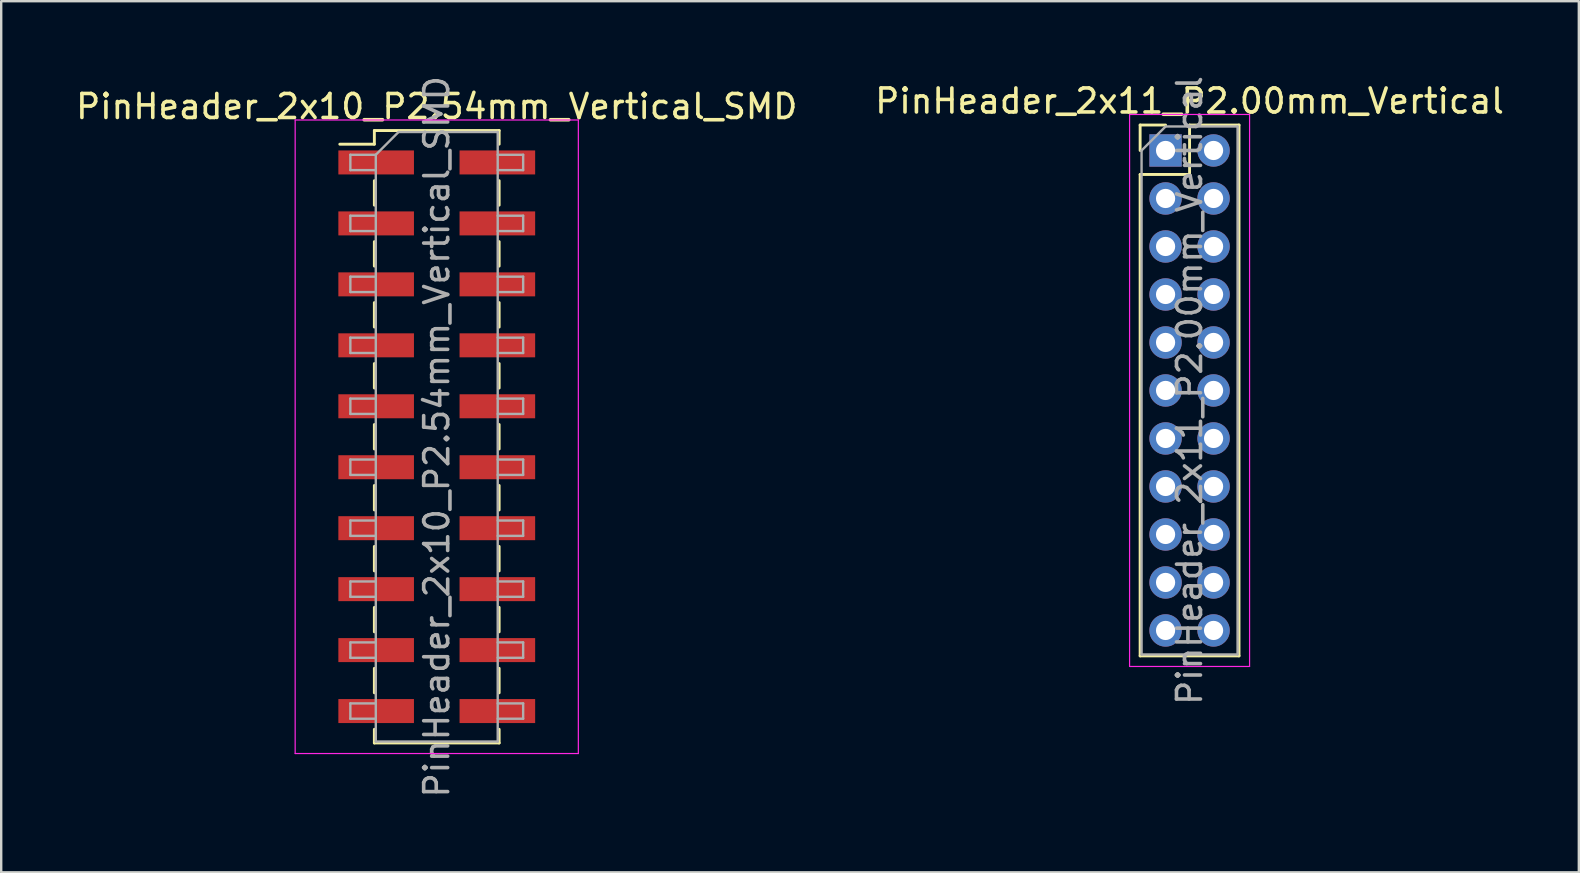
<source format=kicad_pcb>
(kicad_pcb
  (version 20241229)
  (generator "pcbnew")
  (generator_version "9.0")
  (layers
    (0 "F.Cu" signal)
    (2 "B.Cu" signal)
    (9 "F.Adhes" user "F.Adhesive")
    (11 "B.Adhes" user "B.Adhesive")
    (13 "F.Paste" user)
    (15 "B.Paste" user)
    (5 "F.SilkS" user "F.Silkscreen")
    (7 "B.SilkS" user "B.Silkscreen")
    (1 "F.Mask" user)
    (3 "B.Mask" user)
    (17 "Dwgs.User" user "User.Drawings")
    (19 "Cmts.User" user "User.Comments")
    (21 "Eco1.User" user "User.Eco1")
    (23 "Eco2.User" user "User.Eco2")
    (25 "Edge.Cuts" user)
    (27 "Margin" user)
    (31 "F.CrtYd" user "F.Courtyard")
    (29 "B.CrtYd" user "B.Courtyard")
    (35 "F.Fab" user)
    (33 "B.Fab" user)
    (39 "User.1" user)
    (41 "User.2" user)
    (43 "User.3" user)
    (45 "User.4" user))
  (footprint "PinHeader_2x10_P2.54mm_Vertical_SMD"
    (layer "F.Cu")
    (at 15.149 15.149)
    (property "Reference" "PinHeader_2x10_P2.54mm_Vertical_SMD" (at 0 -13.76 0) (layer "F.SilkS") (effects (font (size 1 1) (thickness 0.15))))
    (attr smd)
    (fp_line (start -4.04 -12.19) (end -2.6 -12.19) (stroke (width 0.12) (type solid)) (layer "F.SilkS"))
    (fp_line (start -2.6 -12.76) (end -2.6 -12.19) (stroke (width 0.12) (type solid)) (layer "F.SilkS"))
    (fp_line (start -2.6 -12.76) (end 2.6 -12.76) (stroke (width 0.12) (type solid)) (layer "F.SilkS"))
    (fp_line (start -2.6 -10.67) (end -2.6 -9.65) (stroke (width 0.12) (type solid)) (layer "F.SilkS"))
    (fp_line (start -2.6 -8.13) (end -2.6 -7.11) (stroke (width 0.12) (type solid)) (layer "F.SilkS"))
    (fp_line (start -2.6 -5.59) (end -2.6 -4.57) (stroke (width 0.12) (type solid)) (layer "F.SilkS"))
    (fp_line (start -2.6 -3.05) (end -2.6 -2.03) (stroke (width 0.12) (type solid)) (layer "F.SilkS"))
    (fp_line (start -2.6 -0.51) (end -2.6 0.51) (stroke (width 0.12) (type solid)) (layer "F.SilkS"))
    (fp_line (start -2.6 2.03) (end -2.6 3.05) (stroke (width 0.12) (type solid)) (layer "F.SilkS"))
    (fp_line (start -2.6 4.57) (end -2.6 5.59) (stroke (width 0.12) (type solid)) (layer "F.SilkS"))
    (fp_line (start -2.6 7.11) (end -2.6 8.13) (stroke (width 0.12) (type solid)) (layer "F.SilkS"))
    (fp_line (start -2.6 9.65) (end -2.6 10.67) (stroke (width 0.12) (type solid)) (layer "F.SilkS"))
    (fp_line (start -2.6 12.19) (end -2.6 12.76) (stroke (width 0.12) (type solid)) (layer "F.SilkS"))
    (fp_line (start -2.6 12.76) (end 2.6 12.76) (stroke (width 0.12) (type solid)) (layer "F.SilkS"))
    (fp_line (start 2.6 -12.76) (end 2.6 -12.19) (stroke (width 0.12) (type solid)) (layer "F.SilkS"))
    (fp_line (start 2.6 -10.67) (end 2.6 -9.65) (stroke (width 0.12) (type solid)) (layer "F.SilkS"))
    (fp_line (start 2.6 -8.13) (end 2.6 -7.11) (stroke (width 0.12) (type solid)) (layer "F.SilkS"))
    (fp_line (start 2.6 -5.59) (end 2.6 -4.57) (stroke (width 0.12) (type solid)) (layer "F.SilkS"))
    (fp_line (start 2.6 -3.05) (end 2.6 -2.03) (stroke (width 0.12) (type solid)) (layer "F.SilkS"))
    (fp_line (start 2.6 -0.51) (end 2.6 0.51) (stroke (width 0.12) (type solid)) (layer "F.SilkS"))
    (fp_line (start 2.6 2.03) (end 2.6 3.05) (stroke (width 0.12) (type solid)) (layer "F.SilkS"))
    (fp_line (start 2.6 4.57) (end 2.6 5.59) (stroke (width 0.12) (type solid)) (layer "F.SilkS"))
    (fp_line (start 2.6 7.11) (end 2.6 8.13) (stroke (width 0.12) (type solid)) (layer "F.SilkS"))
    (fp_line (start 2.6 9.65) (end 2.6 10.67) (stroke (width 0.12) (type solid)) (layer "F.SilkS"))
    (fp_line (start 2.6 12.19) (end 2.6 12.76) (stroke (width 0.12) (type solid)) (layer "F.SilkS"))
    (fp_line (start -5.9 -13.2) (end -5.9 13.2) (stroke (width 0.05) (type solid)) (layer "F.CrtYd"))
    (fp_line (start -5.9 13.2) (end 5.9 13.2) (stroke (width 0.05) (type solid)) (layer "F.CrtYd"))
    (fp_line (start 5.9 -13.2) (end -5.9 -13.2) (stroke (width 0.05) (type solid)) (layer "F.CrtYd"))
    (fp_line (start 5.9 13.2) (end 5.9 -13.2) (stroke (width 0.05) (type solid)) (layer "F.CrtYd"))
    (fp_line (start -3.6 -11.75) (end -3.6 -11.11) (stroke (width 0.1) (type solid)) (layer "F.Fab"))
    (fp_line (start -3.6 -11.11) (end -2.54 -11.11) (stroke (width 0.1) (type solid)) (layer "F.Fab"))
    (fp_line (start -3.6 -9.21) (end -3.6 -8.57) (stroke (width 0.1) (type solid)) (layer "F.Fab"))
    (fp_line (start -3.6 -8.57) (end -2.54 -8.57) (stroke (width 0.1) (type solid)) (layer "F.Fab"))
    (fp_line (start -3.6 -6.67) (end -3.6 -6.03) (stroke (width 0.1) (type solid)) (layer "F.Fab"))
    (fp_line (start -3.6 -6.03) (end -2.54 -6.03) (stroke (width 0.1) (type solid)) (layer "F.Fab"))
    (fp_line (start -3.6 -4.13) (end -3.6 -3.49) (stroke (width 0.1) (type solid)) (layer "F.Fab"))
    (fp_line (start -3.6 -3.49) (end -2.54 -3.49) (stroke (width 0.1) (type solid)) (layer "F.Fab"))
    (fp_line (start -3.6 -1.59) (end -3.6 -0.95) (stroke (width 0.1) (type solid)) (layer "F.Fab"))
    (fp_line (start -3.6 -0.95) (end -2.54 -0.95) (stroke (width 0.1) (type solid)) (layer "F.Fab"))
    (fp_line (start -3.6 0.95) (end -3.6 1.59) (stroke (width 0.1) (type solid)) (layer "F.Fab"))
    (fp_line (start -3.6 1.59) (end -2.54 1.59) (stroke (width 0.1) (type solid)) (layer "F.Fab"))
    (fp_line (start -3.6 3.49) (end -3.6 4.13) (stroke (width 0.1) (type solid)) (layer "F.Fab"))
    (fp_line (start -3.6 4.13) (end -2.54 4.13) (stroke (width 0.1) (type solid)) (layer "F.Fab"))
    (fp_line (start -3.6 6.03) (end -3.6 6.67) (stroke (width 0.1) (type solid)) (layer "F.Fab"))
    (fp_line (start -3.6 6.67) (end -2.54 6.67) (stroke (width 0.1) (type solid)) (layer "F.Fab"))
    (fp_line (start -3.6 8.57) (end -3.6 9.21) (stroke (width 0.1) (type solid)) (layer "F.Fab"))
    (fp_line (start -3.6 9.21) (end -2.54 9.21) (stroke (width 0.1) (type solid)) (layer "F.Fab"))
    (fp_line (start -3.6 11.11) (end -3.6 11.75) (stroke (width 0.1) (type solid)) (layer "F.Fab"))
    (fp_line (start -3.6 11.75) (end -2.54 11.75) (stroke (width 0.1) (type solid)) (layer "F.Fab"))
    (fp_line (start -2.54 -11.75) (end -3.6 -11.75) (stroke (width 0.1) (type solid)) (layer "F.Fab"))
    (fp_line (start -2.54 -11.75) (end -1.59 -12.7) (stroke (width 0.1) (type solid)) (layer "F.Fab"))
    (fp_line (start -2.54 -9.21) (end -3.6 -9.21) (stroke (width 0.1) (type solid)) (layer "F.Fab"))
    (fp_line (start -2.54 -6.67) (end -3.6 -6.67) (stroke (width 0.1) (type solid)) (layer "F.Fab"))
    (fp_line (start -2.54 -4.13) (end -3.6 -4.13) (stroke (width 0.1) (type solid)) (layer "F.Fab"))
    (fp_line (start -2.54 -1.59) (end -3.6 -1.59) (stroke (width 0.1) (type solid)) (layer "F.Fab"))
    (fp_line (start -2.54 0.95) (end -3.6 0.95) (stroke (width 0.1) (type solid)) (layer "F.Fab"))
    (fp_line (start -2.54 3.49) (end -3.6 3.49) (stroke (width 0.1) (type solid)) (layer "F.Fab"))
    (fp_line (start -2.54 6.03) (end -3.6 6.03) (stroke (width 0.1) (type solid)) (layer "F.Fab"))
    (fp_line (start -2.54 8.57) (end -3.6 8.57) (stroke (width 0.1) (type solid)) (layer "F.Fab"))
    (fp_line (start -2.54 11.11) (end -3.6 11.11) (stroke (width 0.1) (type solid)) (layer "F.Fab"))
    (fp_line (start -2.54 12.7) (end -2.54 -11.75) (stroke (width 0.1) (type solid)) (layer "F.Fab"))
    (fp_line (start -1.59 -12.7) (end 2.54 -12.7) (stroke (width 0.1) (type solid)) (layer "F.Fab"))
    (fp_line (start 2.54 -12.7) (end 2.54 12.7) (stroke (width 0.1) (type solid)) (layer "F.Fab"))
    (fp_line (start 2.54 -11.75) (end 3.6 -11.75) (stroke (width 0.1) (type solid)) (layer "F.Fab"))
    (fp_line (start 2.54 -9.21) (end 3.6 -9.21) (stroke (width 0.1) (type solid)) (layer "F.Fab"))
    (fp_line (start 2.54 -6.67) (end 3.6 -6.67) (stroke (width 0.1) (type solid)) (layer "F.Fab"))
    (fp_line (start 2.54 -4.13) (end 3.6 -4.13) (stroke (width 0.1) (type solid)) (layer "F.Fab"))
    (fp_line (start 2.54 -1.59) (end 3.6 -1.59) (stroke (width 0.1) (type solid)) (layer "F.Fab"))
    (fp_line (start 2.54 0.95) (end 3.6 0.95) (stroke (width 0.1) (type solid)) (layer "F.Fab"))
    (fp_line (start 2.54 3.49) (end 3.6 3.49) (stroke (width 0.1) (type solid)) (layer "F.Fab"))
    (fp_line (start 2.54 6.03) (end 3.6 6.03) (stroke (width 0.1) (type solid)) (layer "F.Fab"))
    (fp_line (start 2.54 8.57) (end 3.6 8.57) (stroke (width 0.1) (type solid)) (layer "F.Fab"))
    (fp_line (start 2.54 11.11) (end 3.6 11.11) (stroke (width 0.1) (type solid)) (layer "F.Fab"))
    (fp_line (start 2.54 12.7) (end -2.54 12.7) (stroke (width 0.1) (type solid)) (layer "F.Fab"))
    (fp_line (start 3.6 -11.75) (end 3.6 -11.11) (stroke (width 0.1) (type solid)) (layer "F.Fab"))
    (fp_line (start 3.6 -11.11) (end 2.54 -11.11) (stroke (width 0.1) (type solid)) (layer "F.Fab"))
    (fp_line (start 3.6 -9.21) (end 3.6 -8.57) (stroke (width 0.1) (type solid)) (layer "F.Fab"))
    (fp_line (start 3.6 -8.57) (end 2.54 -8.57) (stroke (width 0.1) (type solid)) (layer "F.Fab"))
    (fp_line (start 3.6 -6.67) (end 3.6 -6.03) (stroke (width 0.1) (type solid)) (layer "F.Fab"))
    (fp_line (start 3.6 -6.03) (end 2.54 -6.03) (stroke (width 0.1) (type solid)) (layer "F.Fab"))
    (fp_line (start 3.6 -4.13) (end 3.6 -3.49) (stroke (width 0.1) (type solid)) (layer "F.Fab"))
    (fp_line (start 3.6 -3.49) (end 2.54 -3.49) (stroke (width 0.1) (type solid)) (layer "F.Fab"))
    (fp_line (start 3.6 -1.59) (end 3.6 -0.95) (stroke (width 0.1) (type solid)) (layer "F.Fab"))
    (fp_line (start 3.6 -0.95) (end 2.54 -0.95) (stroke (width 0.1) (type solid)) (layer "F.Fab"))
    (fp_line (start 3.6 0.95) (end 3.6 1.59) (stroke (width 0.1) (type solid)) (layer "F.Fab"))
    (fp_line (start 3.6 1.59) (end 2.54 1.59) (stroke (width 0.1) (type solid)) (layer "F.Fab"))
    (fp_line (start 3.6 3.49) (end 3.6 4.13) (stroke (width 0.1) (type solid)) (layer "F.Fab"))
    (fp_line (start 3.6 4.13) (end 2.54 4.13) (stroke (width 0.1) (type solid)) (layer "F.Fab"))
    (fp_line (start 3.6 6.03) (end 3.6 6.67) (stroke (width 0.1) (type solid)) (layer "F.Fab"))
    (fp_line (start 3.6 6.67) (end 2.54 6.67) (stroke (width 0.1) (type solid)) (layer "F.Fab"))
    (fp_line (start 3.6 8.57) (end 3.6 9.21) (stroke (width 0.1) (type solid)) (layer "F.Fab"))
    (fp_line (start 3.6 9.21) (end 2.54 9.21) (stroke (width 0.1) (type solid)) (layer "F.Fab"))
    (fp_line (start 3.6 11.11) (end 3.6 11.75) (stroke (width 0.1) (type solid)) (layer "F.Fab"))
    (fp_line (start 3.6 11.75) (end 2.54 11.75) (stroke (width 0.1) (type solid)) (layer "F.Fab"))
    (fp_text user "${REFERENCE}" (at 0 0 90) (layer "F.Fab") (effects (font (size 1 1) (thickness 0.15))))
    (pad "1" smd rect (at -2.525 -11.43) (size 3.15 1) (layers "F.Cu" "F.Mask" "F.Paste"))
    (pad "2" smd rect (at 2.525 -11.43) (size 3.15 1) (layers "F.Cu" "F.Mask" "F.Paste"))
    (pad "3" smd rect (at -2.525 -8.89) (size 3.15 1) (layers "F.Cu" "F.Mask" "F.Paste"))
    (pad "4" smd rect (at 2.525 -8.89) (size 3.15 1) (layers "F.Cu" "F.Mask" "F.Paste"))
    (pad "5" smd rect (at -2.525 -6.35) (size 3.15 1) (layers "F.Cu" "F.Mask" "F.Paste"))
    (pad "6" smd rect (at 2.525 -6.35) (size 3.15 1) (layers "F.Cu" "F.Mask" "F.Paste"))
    (pad "7" smd rect (at -2.525 -3.81) (size 3.15 1) (layers "F.Cu" "F.Mask" "F.Paste"))
    (pad "8" smd rect (at 2.525 -3.81) (size 3.15 1) (layers "F.Cu" "F.Mask" "F.Paste"))
    (pad "9" smd rect (at -2.525 -1.27) (size 3.15 1) (layers "F.Cu" "F.Mask" "F.Paste"))
    (pad "10" smd rect (at 2.525 -1.27) (size 3.15 1) (layers "F.Cu" "F.Mask" "F.Paste"))
    (pad "11" smd rect (at -2.525 1.27) (size 3.15 1) (layers "F.Cu" "F.Mask" "F.Paste"))
    (pad "12" smd rect (at 2.525 1.27) (size 3.15 1) (layers "F.Cu" "F.Mask" "F.Paste"))
    (pad "13" smd rect (at -2.525 3.81) (size 3.15 1) (layers "F.Cu" "F.Mask" "F.Paste"))
    (pad "14" smd rect (at 2.525 3.81) (size 3.15 1) (layers "F.Cu" "F.Mask" "F.Paste"))
    (pad "15" smd rect (at -2.525 6.35) (size 3.15 1) (layers "F.Cu" "F.Mask" "F.Paste"))
    (pad "16" smd rect (at 2.525 6.35) (size 3.15 1) (layers "F.Cu" "F.Mask" "F.Paste"))
    (pad "17" smd rect (at -2.525 8.89) (size 3.15 1) (layers "F.Cu" "F.Mask" "F.Paste"))
    (pad "18" smd rect (at 2.525 8.89) (size 3.15 1) (layers "F.Cu" "F.Mask" "F.Paste"))
    (pad "19" smd rect (at -2.525 11.43) (size 3.15 1) (layers "F.Cu" "F.Mask" "F.Paste"))
    (pad "20" smd rect (at 2.525 11.43) (size 3.15 1) (layers "F.Cu" "F.Mask" "F.Paste")))
  (footprint "PinHeader_2x11_P2.00mm_Vertical"
    (layer "F.Cu")
    (at 45.518 3.22)
    (property "Reference" "PinHeader_2x11_P2.00mm_Vertical" (at 1 -2.06 0) (layer "F.SilkS") (effects (font (size 1 1) (thickness 0.15))))
    (attr through_hole)
    (fp_line (start -1.06 -1.06) (end 0 -1.06) (stroke (width 0.12) (type solid)) (layer "F.SilkS"))
    (fp_line (start -1.06 0) (end -1.06 -1.06) (stroke (width 0.12) (type solid)) (layer "F.SilkS"))
    (fp_line (start -1.06 1) (end -1.06 21.06) (stroke (width 0.12) (type solid)) (layer "F.SilkS"))
    (fp_line (start -1.06 1) (end 1 1) (stroke (width 0.12) (type solid)) (layer "F.SilkS"))
    (fp_line (start -1.06 21.06) (end 3.06 21.06) (stroke (width 0.12) (type solid)) (layer "F.SilkS"))
    (fp_line (start 1 -1.06) (end 3.06 -1.06) (stroke (width 0.12) (type solid)) (layer "F.SilkS"))
    (fp_line (start 1 1) (end 1 -1.06) (stroke (width 0.12) (type solid)) (layer "F.SilkS"))
    (fp_line (start 3.06 -1.06) (end 3.06 21.06) (stroke (width 0.12) (type solid)) (layer "F.SilkS"))
    (fp_line (start -1.5 -1.5) (end -1.5 21.5) (stroke (width 0.05) (type solid)) (layer "F.CrtYd"))
    (fp_line (start -1.5 21.5) (end 3.5 21.5) (stroke (width 0.05) (type solid)) (layer "F.CrtYd"))
    (fp_line (start 3.5 -1.5) (end -1.5 -1.5) (stroke (width 0.05) (type solid)) (layer "F.CrtYd"))
    (fp_line (start 3.5 21.5) (end 3.5 -1.5) (stroke (width 0.05) (type solid)) (layer "F.CrtYd"))
    (fp_line (start -1 0) (end 0 -1) (stroke (width 0.1) (type solid)) (layer "F.Fab"))
    (fp_line (start -1 21) (end -1 0) (stroke (width 0.1) (type solid)) (layer "F.Fab"))
    (fp_line (start 0 -1) (end 3 -1) (stroke (width 0.1) (type solid)) (layer "F.Fab"))
    (fp_line (start 3 -1) (end 3 21) (stroke (width 0.1) (type solid)) (layer "F.Fab"))
    (fp_line (start 3 21) (end -1 21) (stroke (width 0.1) (type solid)) (layer "F.Fab"))
    (fp_text user "${REFERENCE}" (at 1 10 90) (layer "F.Fab") (effects (font (size 1 1) (thickness 0.15))))
    (pad "1" thru_hole rect (at 0 0) (size 1.35 1.35) (drill 0.8) (layers "*.Cu" "*.Mask"))
    (pad "2" thru_hole oval (at 2 0) (size 1.35 1.35) (drill 0.8) (layers "*.Cu" "*.Mask"))
    (pad "3" thru_hole oval (at 0 2) (size 1.35 1.35) (drill 0.8) (layers "*.Cu" "*.Mask"))
    (pad "4" thru_hole oval (at 2 2) (size 1.35 1.35) (drill 0.8) (layers "*.Cu" "*.Mask"))
    (pad "5" thru_hole oval (at 0 4) (size 1.35 1.35) (drill 0.8) (layers "*.Cu" "*.Mask"))
    (pad "6" thru_hole oval (at 2 4) (size 1.35 1.35) (drill 0.8) (layers "*.Cu" "*.Mask"))
    (pad "7" thru_hole oval (at 0 6) (size 1.35 1.35) (drill 0.8) (layers "*.Cu" "*.Mask"))
    (pad "8" thru_hole oval (at 2 6) (size 1.35 1.35) (drill 0.8) (layers "*.Cu" "*.Mask"))
    (pad "9" thru_hole oval (at 0 8) (size 1.35 1.35) (drill 0.8) (layers "*.Cu" "*.Mask"))
    (pad "10" thru_hole oval (at 2 8) (size 1.35 1.35) (drill 0.8) (layers "*.Cu" "*.Mask"))
    (pad "11" thru_hole oval (at 0 10) (size 1.35 1.35) (drill 0.8) (layers "*.Cu" "*.Mask"))
    (pad "12" thru_hole oval (at 2 10) (size 1.35 1.35) (drill 0.8) (layers "*.Cu" "*.Mask"))
    (pad "13" thru_hole oval (at 0 12) (size 1.35 1.35) (drill 0.8) (layers "*.Cu" "*.Mask"))
    (pad "14" thru_hole oval (at 2 12) (size 1.35 1.35) (drill 0.8) (layers "*.Cu" "*.Mask"))
    (pad "15" thru_hole oval (at 0 14) (size 1.35 1.35) (drill 0.8) (layers "*.Cu" "*.Mask"))
    (pad "16" thru_hole oval (at 2 14) (size 1.35 1.35) (drill 0.8) (layers "*.Cu" "*.Mask"))
    (pad "17" thru_hole oval (at 0 16) (size 1.35 1.35) (drill 0.8) (layers "*.Cu" "*.Mask"))
    (pad "18" thru_hole oval (at 2 16) (size 1.35 1.35) (drill 0.8) (layers "*.Cu" "*.Mask"))
    (pad "19" thru_hole oval (at 0 18) (size 1.35 1.35) (drill 0.8) (layers "*.Cu" "*.Mask"))
    (pad "20" thru_hole oval (at 2 18) (size 1.35 1.35) (drill 0.8) (layers "*.Cu" "*.Mask"))
    (pad "21" thru_hole oval (at 0 20) (size 1.35 1.35) (drill 0.8) (layers "*.Cu" "*.Mask"))
    (pad "22" thru_hole oval (at 2 20) (size 1.35 1.35) (drill 0.8) (layers "*.Cu" "*.Mask")))
  (gr_rect
    (start -3 -3)
    (end 62.738 33.298)
    (stroke (width 0.1) (type default))
    (fill no)
    (layer "Edge.Cuts")))
</source>
